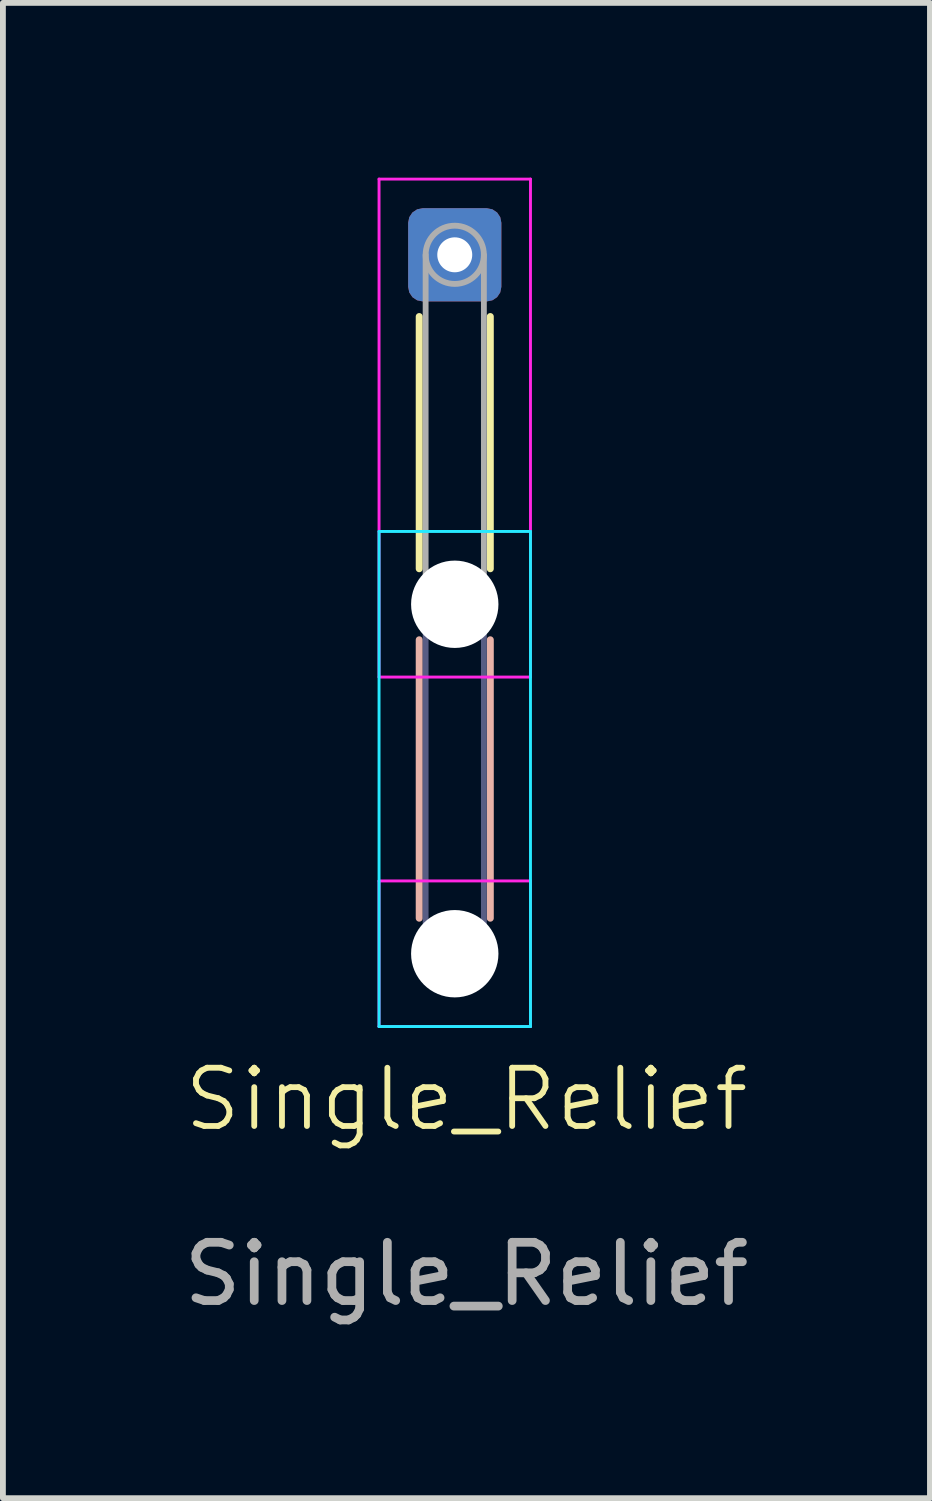
<source format=kicad_pcb>
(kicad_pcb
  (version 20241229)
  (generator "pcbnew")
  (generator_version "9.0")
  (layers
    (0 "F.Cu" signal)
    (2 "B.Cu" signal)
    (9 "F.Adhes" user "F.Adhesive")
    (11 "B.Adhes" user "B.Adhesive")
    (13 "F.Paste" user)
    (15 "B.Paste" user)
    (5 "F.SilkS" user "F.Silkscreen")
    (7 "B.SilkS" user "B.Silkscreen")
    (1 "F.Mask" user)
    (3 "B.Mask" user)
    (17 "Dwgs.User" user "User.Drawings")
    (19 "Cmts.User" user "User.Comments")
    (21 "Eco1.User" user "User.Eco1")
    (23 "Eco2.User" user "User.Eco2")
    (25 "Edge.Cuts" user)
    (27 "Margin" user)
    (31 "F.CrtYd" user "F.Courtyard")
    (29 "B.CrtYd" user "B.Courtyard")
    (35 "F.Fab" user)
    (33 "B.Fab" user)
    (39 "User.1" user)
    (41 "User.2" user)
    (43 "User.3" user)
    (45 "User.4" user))
  (footprint "Single_Relief"
    (layer "F.Cu")
    (at 4.958 16.325)
    (property "Reference" "Single_Relief" (at 0 -0.5 0) (unlocked yes) (layer "F.SilkS") (effects (font (size 1 1) (thickness 0.1))))
    (attr exclude_from_pos_files exclude_from_bom)
    (fp_line (start -0.81 -13.94) (end -0.81 -9.61) (stroke (width 0.12) (type solid)) (layer "F.SilkS"))
    (fp_line (start 0.41 -13.94) (end 0.41 -9.61) (stroke (width 0.12) (type solid)) (layer "F.SilkS"))
    (fp_line (start -0.81 -8.39) (end -0.81 -3.61) (stroke (width 0.12) (type solid)) (layer "B.SilkS"))
    (fp_line (start 0.41 -8.39) (end 0.41 -3.61) (stroke (width 0.12) (type solid)) (layer "B.SilkS"))
    (fp_line (start -1.5 -10.25) (end -1.5 -1.75) (stroke (width 0.05) (type solid)) (layer "B.CrtYd"))
    (fp_line (start -1.5 -1.75) (end 1.1 -1.75) (stroke (width 0.05) (type solid)) (layer "B.CrtYd"))
    (fp_line (start 1.1 -10.25) (end -1.5 -10.25) (stroke (width 0.05) (type solid)) (layer "B.CrtYd"))
    (fp_line (start 1.1 -1.75) (end 1.1 -10.25) (stroke (width 0.05) (type solid)) (layer "B.CrtYd"))
    (fp_line (start -1.5 -16.3) (end -1.5 -7.75) (stroke (width 0.05) (type solid)) (layer "F.CrtYd"))
    (fp_line (start -1.5 -7.75) (end 1.1 -7.75) (stroke (width 0.05) (type solid)) (layer "F.CrtYd"))
    (fp_line (start -1.5 -4.25) (end -1.5 -1.75) (stroke (width 0.05) (type solid)) (layer "F.CrtYd"))
    (fp_line (start -1.5 -1.75) (end 1.1 -1.75) (stroke (width 0.05) (type solid)) (layer "F.CrtYd"))
    (fp_line (start 1.1 -16.3) (end -1.5 -16.3) (stroke (width 0.05) (type solid)) (layer "F.CrtYd"))
    (fp_line (start 1.1 -7.75) (end 1.1 -16.3) (stroke (width 0.05) (type solid)) (layer "F.CrtYd"))
    (fp_line (start 1.1 -4.25) (end -1.5 -4.25) (stroke (width 0.05) (type solid)) (layer "F.CrtYd"))
    (fp_line (start 1.1 -1.75) (end 1.1 -4.25) (stroke (width 0.05) (type solid)) (layer "F.CrtYd"))
    (fp_line (start -0.7 -9) (end -0.7 -3) (stroke (width 0.1) (type solid)) (layer "B.Fab"))
    (fp_line (start 0.3 -9) (end 0.3 -3) (stroke (width 0.1) (type solid)) (layer "B.Fab"))
    (fp_circle (center -0.2 -9) (end 0.3 -9) (stroke (width 0.1) (type solid)) (fill no) (layer "B.Fab"))
    (fp_circle (center -0.2 -3) (end 0.3 -3) (stroke (width 0.1) (type solid)) (fill no) (layer "B.Fab"))
    (fp_line (start -0.7 -15) (end -0.7 -9) (stroke (width 0.1) (type solid)) (layer "F.Fab"))
    (fp_line (start 0.3 -15) (end 0.3 -9) (stroke (width 0.1) (type solid)) (layer "F.Fab"))
    (fp_circle (center -0.2 -15) (end 0.3 -15) (stroke (width 0.1) (type solid)) (fill no) (layer "F.Fab"))
    (fp_circle (center -0.2 -9) (end 0.3 -9) (stroke (width 0.1) (type solid)) (fill no) (layer "F.Fab"))
    (fp_circle (center -0.2 -3) (end 0.3 -3) (stroke (width 0.1) (type solid)) (fill no) (layer "F.Fab"))
    (fp_text user "${REFERENCE}" (at 0 2.5 0) (unlocked yes) (layer "F.Fab") (effects (font (size 1 1) (thickness 0.15))))
    (pad "" np_thru_hole circle (at -0.2 -9) (size 1.5 1.5) (drill 1.5) (layers "*.Cu" "*.Mask"))
    (pad "" np_thru_hole circle (at -0.2 -3) (size 1.5 1.5) (drill 1.5) (layers "*.Cu" "*.Mask"))
    (pad "1" thru_hole roundrect (at -0.2 -15) (size 1.6 1.6) (drill 0.6) (layers "*.Cu" "*.Mask") (roundrect_rratio 0.156)))
  (gr_rect
    (start -3 -3)
    (end 12.917 22.673)
    (stroke (width 0.1) (type default))
    (fill no)
    (layer "Edge.Cuts")))
</source>
